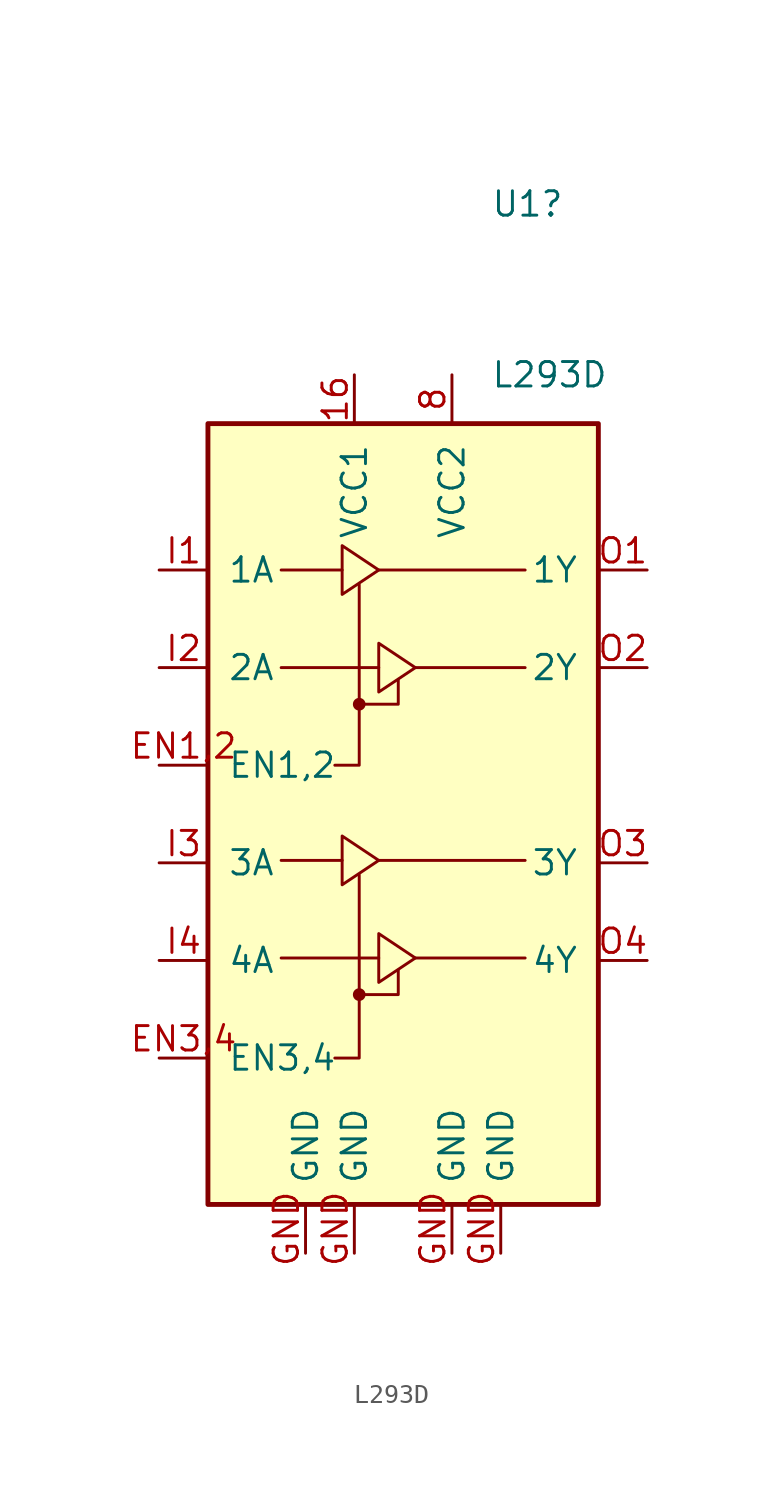
<source format=kicad_sym>
(kicad_symbol_lib
  (version 20211014)
  (generator kicad_symbol_editor)
  (symbol "L293D"
    (pin_names
      (offset 1.016))
    (property "Reference" "U1"
      (at 4.559 34.29 0)
      (effects (font (size 1.27 1.27)) (justify left)))
    (property "Value" "L293D"
      (at 4.559 25.4 0)
      (effects (font (size 1.27 1.27)) (justify left)))
    (symbol "L293D_0_1"
      (rectangle (start -10.16 22.86) (end 10.16 -17.78) (stroke (width 0.254) (type default) (color 0 0 0 0)) (fill (type background)))
      (circle (center -2.286 -6.858) (radius 0.254) (stroke (width 0) (type default) (color 0 0 0 0)) (fill (type outline)))
      (circle (center -2.286 8.255) (radius 0.254) (stroke (width 0) (type default) (color 0 0 0 0)) (fill (type outline)))
      (polyline (pts (xy -6.35 -4.953) (xy -1.27 -4.953)) (stroke (width 0) (type default) (color 0 0 0 0)) (fill (type none)))
      (polyline (pts (xy -6.35 0.127) (xy -3.175 0.127)) (stroke (width 0) (type default) (color 0 0 0 0)) (fill (type none)))
      (polyline (pts (xy -6.35 10.16) (xy -1.27 10.16)) (stroke (width 0) (type default) (color 0 0 0 0)) (fill (type none)))
      (polyline (pts (xy -6.35 15.24) (xy -3.175 15.24)) (stroke (width 0) (type default) (color 0 0 0 0)) (fill (type none)))
      (polyline (pts (xy -1.27 0.127) (xy 6.35 0.127)) (stroke (width 0) (type default) (color 0 0 0 0)) (fill (type none)))
      (polyline (pts (xy -1.27 15.24) (xy 6.35 15.24)) (stroke (width 0) (type default) (color 0 0 0 0)) (fill (type none)))
      (polyline (pts (xy 0.635 -4.953) (xy 6.35 -4.953)) (stroke (width 0) (type default) (color 0 0 0 0)) (fill (type none)))
      (polyline (pts (xy 0.635 10.16) (xy 6.35 10.16)) (stroke (width 0) (type default) (color 0 0 0 0)) (fill (type none)))
      (polyline (pts (xy -2.286 -6.858) (xy -0.254 -6.858) (xy -0.254 -5.588)) (stroke (width 0) (type default) (color 0 0 0 0)) (fill (type none)))
      (polyline (pts (xy -2.286 -0.635) (xy -2.286 -10.16) (xy -3.556 -10.16)) (stroke (width 0) (type default) (color 0 0 0 0)) (fill (type none)))
      (polyline (pts (xy -2.286 8.255) (xy -0.254 8.255) (xy -0.254 9.525)) (stroke (width 0) (type default) (color 0 0 0 0)) (fill (type none)))
      (polyline (pts (xy -2.286 14.478) (xy -2.286 5.08) (xy -3.556 5.08)) (stroke (width 0) (type default) (color 0 0 0 0)) (fill (type none)))
      (polyline (pts (xy -3.175 1.397) (xy -3.175 -1.143) (xy -1.27 0.127) (xy -3.175 1.397)) (stroke (width 0) (type default) (color 0 0 0 0)) (fill (type none)))
      (polyline (pts (xy -3.175 16.51) (xy -3.175 13.97) (xy -1.27 15.24) (xy -3.175 16.51)) (stroke (width 0) (type default) (color 0 0 0 0)) (fill (type none)))
      (polyline (pts (xy -1.27 -3.683) (xy -1.27 -6.223) (xy 0.635 -4.953) (xy -1.27 -3.683)) (stroke (width 0) (type default) (color 0 0 0 0)) (fill (type none)))
      (polyline (pts (xy -1.27 11.43) (xy -1.27 8.89) (xy 0.635 10.16) (xy -1.27 11.43)) (stroke (width 0) (type default) (color 0 0 0 0)) (fill (type none))))
    (symbol "L293D_1_1"
      (pin power_in line (at -2.54 25.4 270) (length 2.54) (name "VCC1" (effects (font (size 1.27 1.27)))) (number "16" (effects (font (size 1.27 1.27)))))
      (pin power_in line (at 2.54 25.4 270) (length 2.54) (name "VCC2" (effects (font (size 1.27 1.27)))) (number "8" (effects (font (size 1.27 1.27)))))
      (pin input line (at -12.7 5.08 0) (length 2.54) (name "EN1,2" (effects (font (size 1.27 1.27)))) (number "EN1,2" (effects (font (size 1.27 1.27)))))
      (pin input line (at -12.7 -10.16 0) (length 2.54) (name "EN3,4" (effects (font (size 1.27 1.27)))) (number "EN3,4" (effects (font (size 1.27 1.27)))))
      (pin power_in line (at -5.08 -20.32 90) (length 2.54) (name "GND" (effects (font (size 1.27 1.27)))) (number "GND" (effects (font (size 1.27 1.27)))))
      (pin power_in line (at -2.54 -20.32 90) (length 2.54) (name "GND" (effects (font (size 1.27 1.27)))) (number "GND" (effects (font (size 1.27 1.27)))))
      (pin power_in line (at 2.54 -20.32 90) (length 2.54) (name "GND" (effects (font (size 1.27 1.27)))) (number "GND" (effects (font (size 1.27 1.27)))))
      (pin power_in line (at 5.08 -20.32 90) (length 2.54) (name "GND" (effects (font (size 1.27 1.27)))) (number "GND" (effects (font (size 1.27 1.27)))))
      (pin input line (at -12.7 15.24 0) (length 2.54) (name "1A" (effects (font (size 1.27 1.27)))) (number "I1" (effects (font (size 1.27 1.27)))))
      (pin input line (at -12.7 10.16 0) (length 2.54) (name "2A" (effects (font (size 1.27 1.27)))) (number "I2" (effects (font (size 1.27 1.27)))))
      (pin input line (at -12.7 0 0) (length 2.54) (name "3A" (effects (font (size 1.27 1.27)))) (number "I3" (effects (font (size 1.27 1.27)))))
      (pin input line (at -12.7 -5.08 0) (length 2.54) (name "4A" (effects (font (size 1.27 1.27)))) (number "I4" (effects (font (size 1.27 1.27)))))
      (pin output line (at 12.7 15.24 180) (length 2.54) (name "1Y" (effects (font (size 1.27 1.27)))) (number "O1" (effects (font (size 1.27 1.27)))))
      (pin output line (at 12.7 10.16 180) (length 2.54) (name "2Y" (effects (font (size 1.27 1.27)))) (number "O2" (effects (font (size 1.27 1.27)))))
      (pin output line (at 12.7 0 180) (length 2.54) (name "3Y" (effects (font (size 1.27 1.27)))) (number "O3" (effects (font (size 1.27 1.27)))))
      (pin output line (at 12.7 -5.08 180) (length 2.54) (name "4Y" (effects (font (size 1.27 1.27)))) (number "O4" (effects (font (size 1.27 1.27))))))))
</source>
